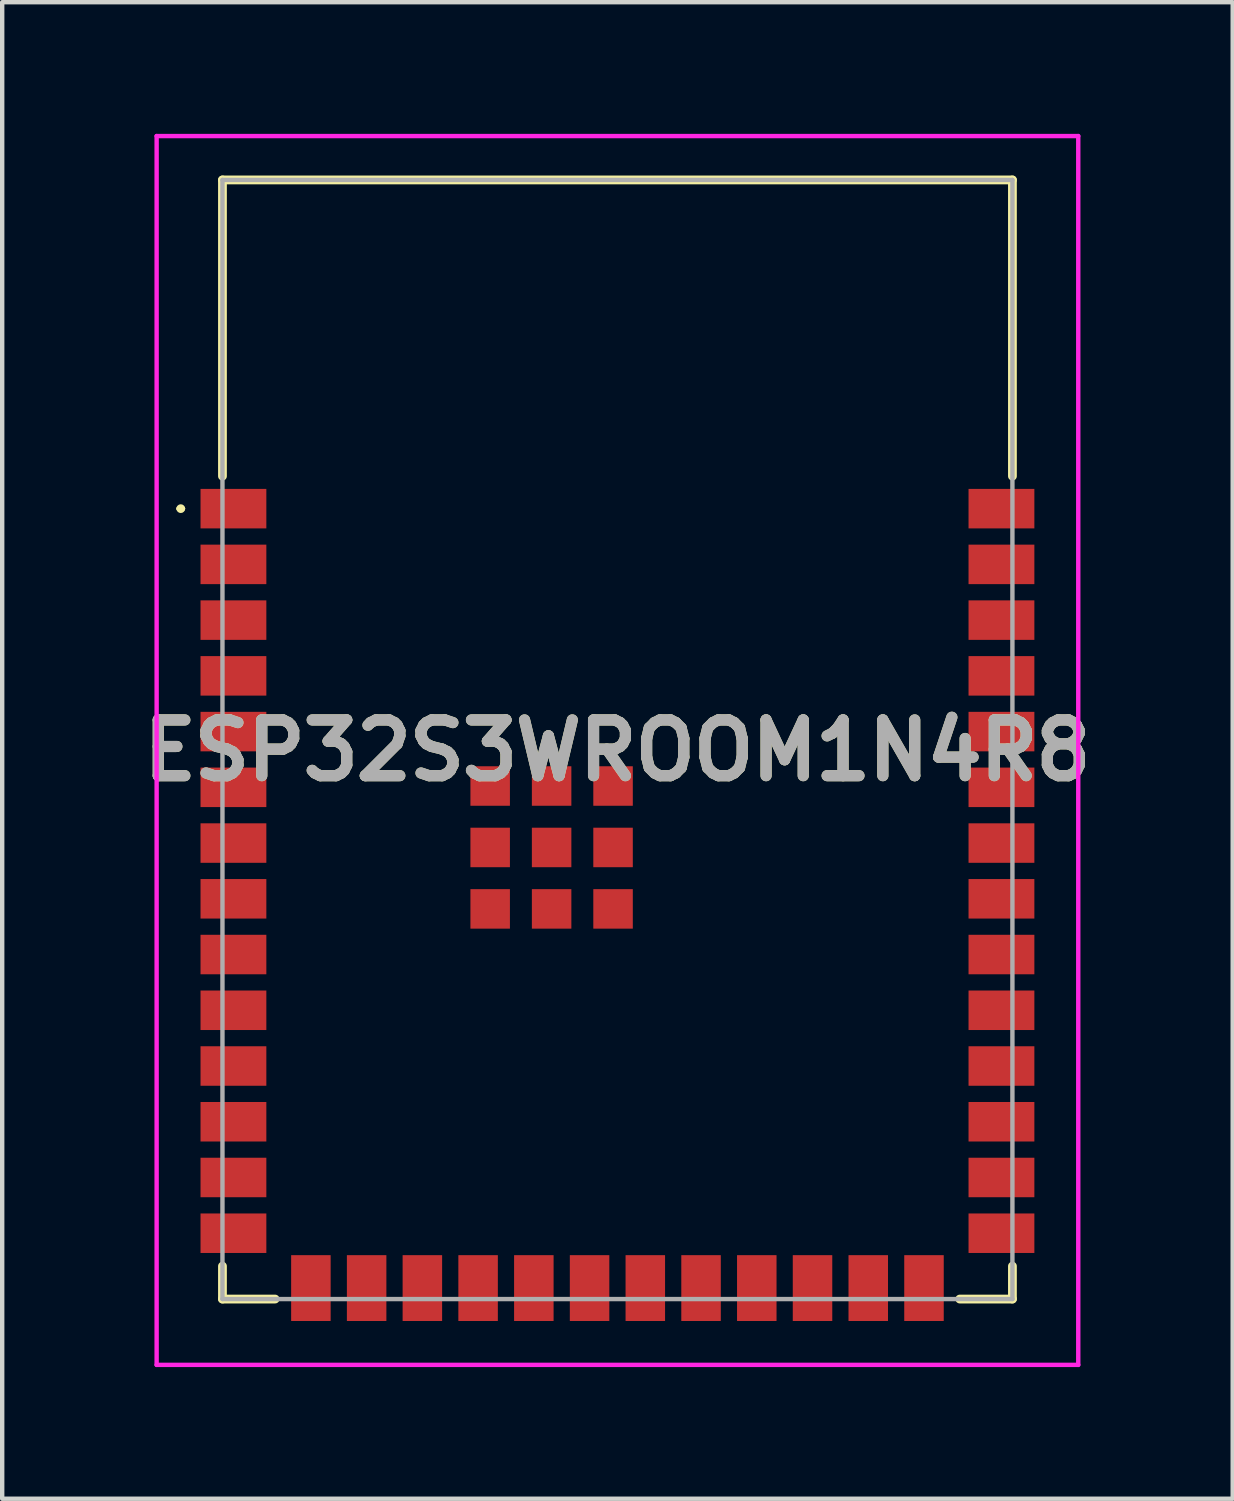
<source format=kicad_pcb>
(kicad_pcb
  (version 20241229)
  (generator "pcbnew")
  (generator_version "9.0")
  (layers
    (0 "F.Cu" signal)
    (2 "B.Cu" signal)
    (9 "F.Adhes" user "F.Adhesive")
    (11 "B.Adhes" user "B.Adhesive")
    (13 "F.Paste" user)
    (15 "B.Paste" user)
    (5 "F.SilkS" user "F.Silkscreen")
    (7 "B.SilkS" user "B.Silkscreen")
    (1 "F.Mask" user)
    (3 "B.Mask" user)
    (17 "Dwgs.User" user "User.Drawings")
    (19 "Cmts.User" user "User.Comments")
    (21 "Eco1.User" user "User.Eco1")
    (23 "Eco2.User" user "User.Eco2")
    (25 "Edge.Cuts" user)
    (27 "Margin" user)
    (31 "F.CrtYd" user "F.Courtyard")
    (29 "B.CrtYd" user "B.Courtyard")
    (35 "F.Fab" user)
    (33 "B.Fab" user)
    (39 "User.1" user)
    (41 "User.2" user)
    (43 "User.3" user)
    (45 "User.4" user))
  (footprint "ESP32S3WROOM1N4R8"
    (layer "F.Cu")
    (at 11.019 13.8)
    (property "Reference" "ESP32S3WROOM1N4R8" (at 0 0.25 0) (layer "F.SilkS") (effects (font (size 1.27 1.27) (thickness 0.254))))
    (attr smd)
    (fp_line (start -10 -5.26) (end -10 -5.26) (stroke (width 0.1) (type solid)) (layer "F.SilkS"))
    (fp_line (start -9.9 -5.26) (end -9.9 -5.26) (stroke (width 0.1) (type solid)) (layer "F.SilkS"))
    (fp_line (start -9 -12.75) (end 9 -12.75) (stroke (width 0.2) (type solid)) (layer "F.SilkS"))
    (fp_line (start -9 -6) (end -9 -12.75) (stroke (width 0.2) (type solid)) (layer "F.SilkS"))
    (fp_line (start -9 12) (end -9 12.75) (stroke (width 0.2) (type solid)) (layer "F.SilkS"))
    (fp_line (start -9 12.75) (end -7.8 12.75) (stroke (width 0.2) (type solid)) (layer "F.SilkS"))
    (fp_line (start 9 -12.75) (end 9 -6) (stroke (width 0.2) (type solid)) (layer "F.SilkS"))
    (fp_line (start 9 12) (end 9 12.75) (stroke (width 0.2) (type solid)) (layer "F.SilkS"))
    (fp_line (start 9 12.75) (end 7.8 12.75) (stroke (width 0.2) (type solid)) (layer "F.SilkS"))
    (fp_arc (start -10 -5.26) (mid -9.95 -5.31) (end -9.9 -5.26) (stroke (width 0.1) (type solid)) (layer "F.SilkS"))
    (fp_arc (start -9.9 -5.26) (mid -9.95 -5.21) (end -10 -5.26) (stroke (width 0.1) (type solid)) (layer "F.SilkS"))
    (fp_line (start -10.5 -13.75) (end 10.5 -13.75) (stroke (width 0.1) (type solid)) (layer "F.CrtYd"))
    (fp_line (start -10.5 14.25) (end -10.5 -13.75) (stroke (width 0.1) (type solid)) (layer "F.CrtYd"))
    (fp_line (start 10.5 -13.75) (end 10.5 14.25) (stroke (width 0.1) (type solid)) (layer "F.CrtYd"))
    (fp_line (start 10.5 14.25) (end -10.5 14.25) (stroke (width 0.1) (type solid)) (layer "F.CrtYd"))
    (fp_line (start -9 -12.75) (end 9 -12.75) (stroke (width 0.1) (type solid)) (layer "F.Fab"))
    (fp_line (start -9 12.75) (end -9 -12.75) (stroke (width 0.1) (type solid)) (layer "F.Fab"))
    (fp_line (start 9 -12.75) (end 9 12.75) (stroke (width 0.1) (type solid)) (layer "F.Fab"))
    (fp_line (start 9 12.75) (end -9 12.75) (stroke (width 0.1) (type solid)) (layer "F.Fab"))
    (fp_text user "${REFERENCE}" (at 0 0.25 0) (layer "F.Fab") (effects (font (size 1.27 1.27) (thickness 0.254))))
    (pad "1" smd rect (at -8.75 -5.26 90) (size 0.9 1.5) (layers "F.Cu" "F.Mask" "F.Paste"))
    (pad "2" smd rect (at -8.75 -3.99 90) (size 0.9 1.5) (layers "F.Cu" "F.Mask" "F.Paste"))
    (pad "3" smd rect (at -8.75 -2.72 90) (size 0.9 1.5) (layers "F.Cu" "F.Mask" "F.Paste"))
    (pad "4" smd rect (at -8.75 -1.45 90) (size 0.9 1.5) (layers "F.Cu" "F.Mask" "F.Paste"))
    (pad "5" smd rect (at -8.75 -0.18 90) (size 0.9 1.5) (layers "F.Cu" "F.Mask" "F.Paste"))
    (pad "6" smd rect (at -8.75 1.09 90) (size 0.9 1.5) (layers "F.Cu" "F.Mask" "F.Paste"))
    (pad "7" smd rect (at -8.75 2.36 90) (size 0.9 1.5) (layers "F.Cu" "F.Mask" "F.Paste"))
    (pad "8" smd rect (at -8.75 3.63 90) (size 0.9 1.5) (layers "F.Cu" "F.Mask" "F.Paste"))
    (pad "9" smd rect (at -8.75 4.9 90) (size 0.9 1.5) (layers "F.Cu" "F.Mask" "F.Paste"))
    (pad "10" smd rect (at -8.75 6.17 90) (size 0.9 1.5) (layers "F.Cu" "F.Mask" "F.Paste"))
    (pad "11" smd rect (at -8.75 7.44 90) (size 0.9 1.5) (layers "F.Cu" "F.Mask" "F.Paste"))
    (pad "12" smd rect (at -8.75 8.71 90) (size 0.9 1.5) (layers "F.Cu" "F.Mask" "F.Paste"))
    (pad "13" smd rect (at -8.75 9.98 90) (size 0.9 1.5) (layers "F.Cu" "F.Mask" "F.Paste"))
    (pad "14" smd rect (at -8.75 11.25 90) (size 0.9 1.5) (layers "F.Cu" "F.Mask" "F.Paste"))
    (pad "15" smd rect (at -6.985 12.5) (size 0.9 1.5) (layers "F.Cu" "F.Mask" "F.Paste"))
    (pad "16" smd rect (at -5.715 12.5) (size 0.9 1.5) (layers "F.Cu" "F.Mask" "F.Paste"))
    (pad "17" smd rect (at -4.445 12.5) (size 0.9 1.5) (layers "F.Cu" "F.Mask" "F.Paste"))
    (pad "18" smd rect (at -3.175 12.5) (size 0.9 1.5) (layers "F.Cu" "F.Mask" "F.Paste"))
    (pad "19" smd rect (at -1.905 12.5) (size 0.9 1.5) (layers "F.Cu" "F.Mask" "F.Paste"))
    (pad "20" smd rect (at -0.635 12.5) (size 0.9 1.5) (layers "F.Cu" "F.Mask" "F.Paste"))
    (pad "21" smd rect (at 0.635 12.5) (size 0.9 1.5) (layers "F.Cu" "F.Mask" "F.Paste"))
    (pad "22" smd rect (at 1.905 12.5) (size 0.9 1.5) (layers "F.Cu" "F.Mask" "F.Paste"))
    (pad "23" smd rect (at 3.175 12.5) (size 0.9 1.5) (layers "F.Cu" "F.Mask" "F.Paste"))
    (pad "24" smd rect (at 4.445 12.5) (size 0.9 1.5) (layers "F.Cu" "F.Mask" "F.Paste"))
    (pad "25" smd rect (at 5.715 12.5) (size 0.9 1.5) (layers "F.Cu" "F.Mask" "F.Paste"))
    (pad "26" smd rect (at 6.985 12.5) (size 0.9 1.5) (layers "F.Cu" "F.Mask" "F.Paste"))
    (pad "27" smd rect (at 8.75 11.25 90) (size 0.9 1.5) (layers "F.Cu" "F.Mask" "F.Paste"))
    (pad "28" smd rect (at 8.75 9.98 90) (size 0.9 1.5) (layers "F.Cu" "F.Mask" "F.Paste"))
    (pad "29" smd rect (at 8.75 8.71 90) (size 0.9 1.5) (layers "F.Cu" "F.Mask" "F.Paste"))
    (pad "30" smd rect (at 8.75 7.44 90) (size 0.9 1.5) (layers "F.Cu" "F.Mask" "F.Paste"))
    (pad "31" smd rect (at 8.75 6.17 90) (size 0.9 1.5) (layers "F.Cu" "F.Mask" "F.Paste"))
    (pad "32" smd rect (at 8.75 4.9 90) (size 0.9 1.5) (layers "F.Cu" "F.Mask" "F.Paste"))
    (pad "33" smd rect (at 8.75 3.63 90) (size 0.9 1.5) (layers "F.Cu" "F.Mask" "F.Paste"))
    (pad "34" smd rect (at 8.75 2.36 90) (size 0.9 1.5) (layers "F.Cu" "F.Mask" "F.Paste"))
    (pad "35" smd rect (at 8.75 1.09 90) (size 0.9 1.5) (layers "F.Cu" "F.Mask" "F.Paste"))
    (pad "36" smd rect (at 8.75 -0.18 90) (size 0.9 1.5) (layers "F.Cu" "F.Mask" "F.Paste"))
    (pad "37" smd rect (at 8.75 -1.45 90) (size 0.9 1.5) (layers "F.Cu" "F.Mask" "F.Paste"))
    (pad "38" smd rect (at 8.75 -2.72 90) (size 0.9 1.5) (layers "F.Cu" "F.Mask" "F.Paste"))
    (pad "39" smd rect (at 8.75 -3.99 90) (size 0.9 1.5) (layers "F.Cu" "F.Mask" "F.Paste"))
    (pad "40" smd rect (at 8.75 -5.26 90) (size 0.9 1.5) (layers "F.Cu" "F.Mask" "F.Paste"))
    (pad "41" smd rect (at -1.5 2.46 90) (size 0.9 0.9) (layers "F.Cu" "F.Mask" "F.Paste"))
    (pad "42" smd rect (at -1.5 1.06 90) (size 0.9 0.9) (layers "F.Cu" "F.Mask" "F.Paste"))
    (pad "43" smd rect (at -2.9 1.06 90) (size 0.9 0.9) (layers "F.Cu" "F.Mask" "F.Paste"))
    (pad "44" smd rect (at -2.9 2.46 90) (size 0.9 0.9) (layers "F.Cu" "F.Mask" "F.Paste"))
    (pad "45" smd rect (at -2.9 3.86 90) (size 0.9 0.9) (layers "F.Cu" "F.Mask" "F.Paste"))
    (pad "46" smd rect (at -1.5 3.86 90) (size 0.9 0.9) (layers "F.Cu" "F.Mask" "F.Paste"))
    (pad "47" smd rect (at -0.1 3.86 90) (size 0.9 0.9) (layers "F.Cu" "F.Mask" "F.Paste"))
    (pad "48" smd rect (at -0.1 2.46 90) (size 0.9 0.9) (layers "F.Cu" "F.Mask" "F.Paste"))
    (pad "49" smd rect (at -0.1 1.06 90) (size 0.9 0.9) (layers "F.Cu" "F.Mask" "F.Paste")))
  (gr_rect
    (start -3 -3)
    (end 25.038 31.1)
    (stroke (width 0.1) (type default))
    (fill no)
    (layer "Edge.Cuts")))
</source>
